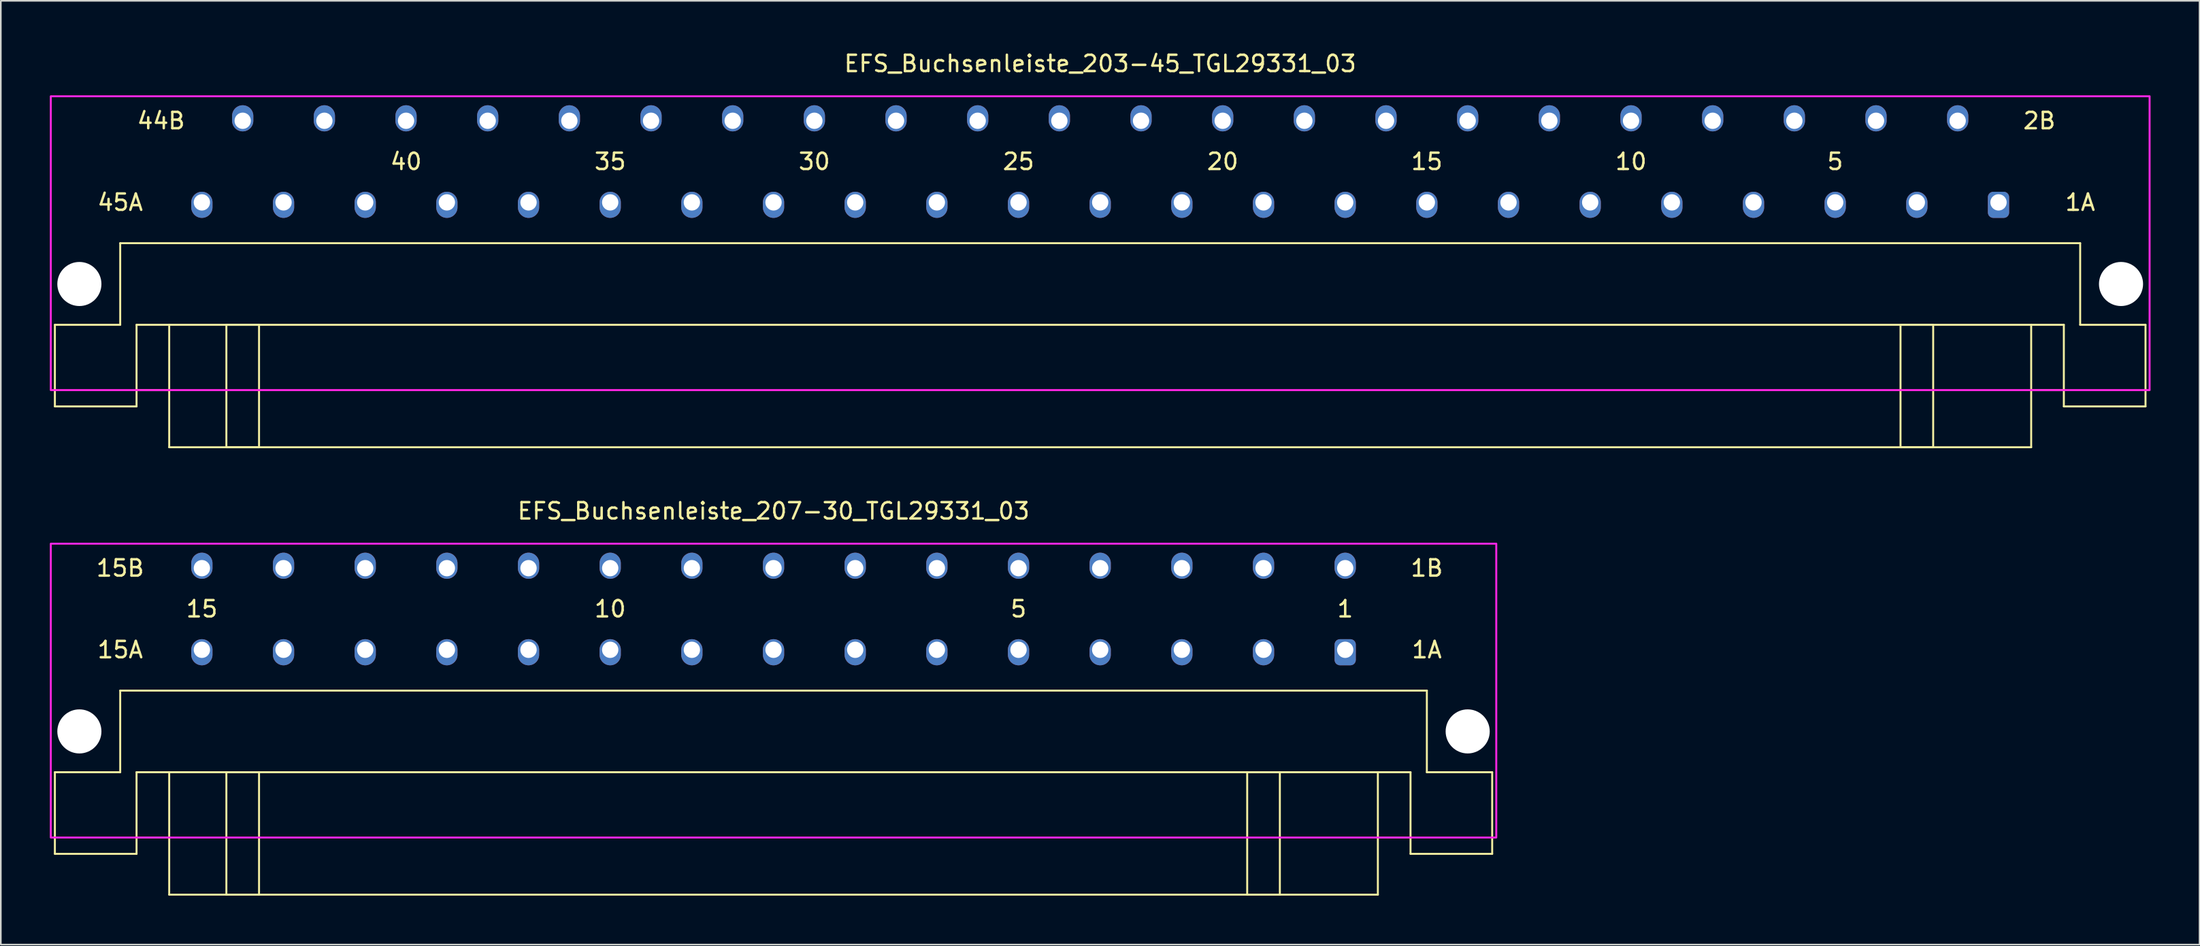
<source format=kicad_pcb>
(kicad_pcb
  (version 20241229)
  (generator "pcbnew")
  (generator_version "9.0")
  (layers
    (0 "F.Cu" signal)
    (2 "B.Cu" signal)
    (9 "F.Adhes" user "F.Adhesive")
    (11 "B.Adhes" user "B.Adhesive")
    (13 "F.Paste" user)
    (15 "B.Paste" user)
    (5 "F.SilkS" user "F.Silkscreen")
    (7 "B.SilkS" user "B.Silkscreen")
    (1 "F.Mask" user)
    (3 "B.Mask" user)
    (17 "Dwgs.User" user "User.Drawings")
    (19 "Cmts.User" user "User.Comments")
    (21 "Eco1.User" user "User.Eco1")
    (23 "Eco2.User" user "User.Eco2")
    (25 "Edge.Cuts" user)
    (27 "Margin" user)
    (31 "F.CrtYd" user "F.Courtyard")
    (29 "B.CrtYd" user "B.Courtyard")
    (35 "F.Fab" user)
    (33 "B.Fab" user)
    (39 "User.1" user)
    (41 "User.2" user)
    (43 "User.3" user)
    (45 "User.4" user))
  (footprint "EFS_Buchsenleiste_203-45_TGL29331_03"
    (layer "F.Cu")
    (at 64.31 20.848)
    (property "Reference" "EFS_Buchsenleiste_203-45_TGL29331_03" (at 0 -20 0) (layer "F.SilkS") (effects (font (size 1 1) (thickness 0.15))))
    (attr through_hole)
    (fp_line (start -64 -4) (end -64 1) (stroke (width 0.12) (type solid)) (layer "F.SilkS"))
    (fp_line (start -64 -4) (end -60 -4) (stroke (width 0.12) (type solid)) (layer "F.SilkS"))
    (fp_line (start -64 1) (end -59 1) (stroke (width 0.12) (type solid)) (layer "F.SilkS"))
    (fp_line (start -60 -9) (end -60 -4) (stroke (width 0.12) (type solid)) (layer "F.SilkS"))
    (fp_line (start -59 -4) (end -59 1) (stroke (width 0.12) (type solid)) (layer "F.SilkS"))
    (fp_line (start -59 -4) (end 59 -4) (stroke (width 0.12) (type solid)) (layer "F.SilkS"))
    (fp_line (start -57 0) (end -59 0) (stroke (width 0.12) (type solid)) (layer "F.SilkS"))
    (fp_line (start -57 3.5) (end -57 -4) (stroke (width 0.12) (type solid)) (layer "F.SilkS"))
    (fp_line (start -57 3.5) (end 57 3.5) (stroke (width 0.12) (type solid)) (layer "F.SilkS"))
    (fp_line (start 57 3.5) (end 57 -4) (stroke (width 0.12) (type solid)) (layer "F.SilkS"))
    (fp_line (start 59 -4) (end 59 1) (stroke (width 0.12) (type solid)) (layer "F.SilkS"))
    (fp_line (start 59 0) (end 57 0) (stroke (width 0.12) (type solid)) (layer "F.SilkS"))
    (fp_line (start 59 1) (end 64 1) (stroke (width 0.12) (type solid)) (layer "F.SilkS"))
    (fp_line (start 60 -9) (end -60 -9) (stroke (width 0.12) (type solid)) (layer "F.SilkS"))
    (fp_line (start 60 -9) (end 60 -4) (stroke (width 0.12) (type solid)) (layer "F.SilkS"))
    (fp_line (start 60 -4) (end 64 -4) (stroke (width 0.12) (type solid)) (layer "F.SilkS"))
    (fp_line (start 64 -4) (end 64 1) (stroke (width 0.12) (type solid)) (layer "F.SilkS"))
    (fp_rect (start -53.5 -4) (end -51.5 3.5) (stroke (width 0.12) (type solid)) (fill no) (layer "F.SilkS"))
    (fp_rect (start 49 -4) (end 51 3.5) (stroke (width 0.12) (type solid)) (fill no) (layer "F.SilkS"))
    (fp_rect (start -64.25 -18) (end 64.25 0) (stroke (width 0.12) (type solid)) (fill no) (layer "F.CrtYd"))
    (fp_text user "2B" (at 57.5 -16.5 180) (layer "F.SilkS") (effects (font (size 1 1) (thickness 0.15))))
    (fp_text user "5" (at 45 -14 180) (layer "F.SilkS") (effects (font (size 1 1) (thickness 0.15))))
    (fp_text user "25" (at -5 -14 180) (layer "F.SilkS") (effects (font (size 1 1) (thickness 0.15))))
    (fp_text user "40" (at -42.5 -14 180) (layer "F.SilkS") (effects (font (size 1 1) (thickness 0.15))))
    (fp_text user "45A" (at -60 -11.5 180) (layer "F.SilkS") (effects (font (size 1 1) (thickness 0.15))))
    (fp_text user "44B" (at -57.5 -16.5 180) (layer "F.SilkS") (effects (font (size 1 1) (thickness 0.15))))
    (fp_text user "15" (at 20 -14 180) (layer "F.SilkS") (effects (font (size 1 1) (thickness 0.15))))
    (fp_text user "10" (at 32.5 -14 180) (layer "F.SilkS") (effects (font (size 1 1) (thickness 0.15))))
    (fp_text user "30" (at -17.5 -14 180) (layer "F.SilkS") (effects (font (size 1 1) (thickness 0.15))))
    (fp_text user "20" (at 7.5 -14 180) (layer "F.SilkS") (effects (font (size 1 1) (thickness 0.15))))
    (fp_text user "1A" (at 60 -11.5 180) (layer "F.SilkS") (effects (font (size 1 1) (thickness 0.15))))
    (fp_text user "35" (at -30 -14 180) (layer "F.SilkS") (effects (font (size 1 1) (thickness 0.15))))
    (pad "" np_thru_hole circle (at -62.5 -6.5 180) (size 2.7 2.7) (drill 2.7) (layers "*.Cu" "*.Mask"))
    (pad "" np_thru_hole circle (at 62.5 -6.5 180) (size 2.7 2.7) (drill 2.7) (layers "*.Cu" "*.Mask"))
    (pad "1a" thru_hole roundrect (at 55 -11.5 180) (size 1.3 1.6) (drill 1 (offset 0 -0.15)) (layers "*.Cu" "*.Mask") (roundrect_rratio 0.25))
    (pad "2b" thru_hole oval (at 52.5 -16.5 180) (size 1.3 1.6) (drill 1 (offset 0 0.15)) (layers "*.Cu" "*.Mask"))
    (pad "3a" thru_hole oval (at 50 -11.5 180) (size 1.3 1.6) (drill 1 (offset 0 -0.15)) (layers "*.Cu" "*.Mask"))
    (pad "4b" thru_hole oval (at 47.5 -16.5 180) (size 1.3 1.6) (drill 1 (offset 0 0.15)) (layers "*.Cu" "*.Mask"))
    (pad "5a" thru_hole oval (at 45 -11.5 180) (size 1.3 1.6) (drill 1 (offset 0 -0.15)) (layers "*.Cu" "*.Mask"))
    (pad "6b" thru_hole oval (at 42.5 -16.5 180) (size 1.3 1.6) (drill 1 (offset 0 0.15)) (layers "*.Cu" "*.Mask"))
    (pad "7a" thru_hole oval (at 40 -11.5 180) (size 1.3 1.6) (drill 1 (offset 0 -0.15)) (layers "*.Cu" "*.Mask"))
    (pad "8b" thru_hole oval (at 37.5 -16.5 180) (size 1.3 1.6) (drill 1 (offset 0 0.15)) (layers "*.Cu" "*.Mask"))
    (pad "9a" thru_hole oval (at 35 -11.5 180) (size 1.3 1.6) (drill 1 (offset 0 -0.15)) (layers "*.Cu" "*.Mask"))
    (pad "10b" thru_hole oval (at 32.5 -16.5 180) (size 1.3 1.6) (drill 1 (offset 0 0.15)) (layers "*.Cu" "*.Mask"))
    (pad "11a" thru_hole oval (at 30 -11.5 180) (size 1.3 1.6) (drill 1 (offset 0 -0.15)) (layers "*.Cu" "*.Mask"))
    (pad "12b" thru_hole oval (at 27.5 -16.5 180) (size 1.3 1.6) (drill 1 (offset 0 0.15)) (layers "*.Cu" "*.Mask"))
    (pad "13a" thru_hole oval (at 25 -11.5 180) (size 1.3 1.6) (drill 1 (offset 0 -0.15)) (layers "*.Cu" "*.Mask"))
    (pad "14b" thru_hole oval (at 22.5 -16.5 180) (size 1.3 1.6) (drill 1 (offset 0 0.15)) (layers "*.Cu" "*.Mask"))
    (pad "15a" thru_hole oval (at 20 -11.5 180) (size 1.3 1.6) (drill 1 (offset 0 -0.15)) (layers "*.Cu" "*.Mask"))
    (pad "16b" thru_hole oval (at 17.5 -16.5 180) (size 1.3 1.6) (drill 1 (offset 0 0.15)) (layers "*.Cu" "*.Mask"))
    (pad "17a" thru_hole oval (at 15 -11.5 180) (size 1.3 1.6) (drill 1 (offset 0 -0.15)) (layers "*.Cu" "*.Mask"))
    (pad "18b" thru_hole oval (at 12.5 -16.5 180) (size 1.3 1.6) (drill 1 (offset 0 0.15)) (layers "*.Cu" "*.Mask"))
    (pad "19a" thru_hole oval (at 10 -11.5 180) (size 1.3 1.6) (drill 1 (offset 0 -0.15)) (layers "*.Cu" "*.Mask"))
    (pad "20b" thru_hole oval (at 7.5 -16.5 180) (size 1.3 1.6) (drill 1 (offset 0 0.15)) (layers "*.Cu" "*.Mask"))
    (pad "21a" thru_hole oval (at 5 -11.5 180) (size 1.3 1.6) (drill 1 (offset 0 -0.15)) (layers "*.Cu" "*.Mask"))
    (pad "22b" thru_hole oval (at 2.5 -16.5 180) (size 1.3 1.6) (drill 1 (offset 0 0.15)) (layers "*.Cu" "*.Mask"))
    (pad "23a" thru_hole oval (at 0 -11.5 180) (size 1.3 1.6) (drill 1 (offset 0 -0.15)) (layers "*.Cu" "*.Mask"))
    (pad "24b" thru_hole oval (at -2.5 -16.5 180) (size 1.3 1.6) (drill 1 (offset 0 0.15)) (layers "*.Cu" "*.Mask"))
    (pad "25a" thru_hole oval (at -5 -11.5 180) (size 1.3 1.6) (drill 1 (offset 0 -0.15)) (layers "*.Cu" "*.Mask"))
    (pad "26b" thru_hole oval (at -7.5 -16.5 180) (size 1.3 1.6) (drill 1 (offset 0 0.15)) (layers "*.Cu" "*.Mask"))
    (pad "27a" thru_hole oval (at -10 -11.5 180) (size 1.3 1.6) (drill 1 (offset 0 -0.15)) (layers "*.Cu" "*.Mask"))
    (pad "28b" thru_hole oval (at -12.5 -16.5 180) (size 1.3 1.6) (drill 1 (offset 0 0.15)) (layers "*.Cu" "*.Mask"))
    (pad "29a" thru_hole oval (at -15 -11.5 180) (size 1.3 1.6) (drill 1 (offset 0 -0.15)) (layers "*.Cu" "*.Mask"))
    (pad "30b" thru_hole oval (at -17.5 -16.5 180) (size 1.3 1.6) (drill 1 (offset 0 0.15)) (layers "*.Cu" "*.Mask"))
    (pad "31a" thru_hole oval (at -20 -11.5 180) (size 1.3 1.6) (drill 1 (offset 0 -0.15)) (layers "*.Cu" "*.Mask"))
    (pad "32b" thru_hole oval (at -22.5 -16.5 180) (size 1.3 1.6) (drill 1 (offset 0 0.15)) (layers "*.Cu" "*.Mask"))
    (pad "33a" thru_hole oval (at -25 -11.5 180) (size 1.3 1.6) (drill 1 (offset 0 -0.15)) (layers "*.Cu" "*.Mask"))
    (pad "34b" thru_hole oval (at -27.5 -16.5 180) (size 1.3 1.6) (drill 1 (offset 0 0.15)) (layers "*.Cu" "*.Mask"))
    (pad "35a" thru_hole oval (at -30 -11.5 180) (size 1.3 1.6) (drill 1 (offset 0 -0.15)) (layers "*.Cu" "*.Mask"))
    (pad "36b" thru_hole oval (at -32.5 -16.5 180) (size 1.3 1.6) (drill 1 (offset 0 0.15)) (layers "*.Cu" "*.Mask"))
    (pad "37a" thru_hole oval (at -35 -11.5 180) (size 1.3 1.6) (drill 1 (offset 0 -0.15)) (layers "*.Cu" "*.Mask"))
    (pad "38b" thru_hole oval (at -37.5 -16.5 180) (size 1.3 1.6) (drill 1 (offset 0 0.15)) (layers "*.Cu" "*.Mask"))
    (pad "39a" thru_hole oval (at -40 -11.5 180) (size 1.3 1.6) (drill 1 (offset 0 -0.15)) (layers "*.Cu" "*.Mask"))
    (pad "40b" thru_hole oval (at -42.5 -16.5 180) (size 1.3 1.6) (drill 1 (offset 0 0.15)) (layers "*.Cu" "*.Mask"))
    (pad "41a" thru_hole oval (at -45 -11.5 180) (size 1.3 1.6) (drill 1 (offset 0 -0.15)) (layers "*.Cu" "*.Mask"))
    (pad "42b" thru_hole oval (at -47.5 -16.5 180) (size 1.3 1.6) (drill 1 (offset 0 0.15)) (layers "*.Cu" "*.Mask"))
    (pad "43a" thru_hole oval (at -50 -11.5 180) (size 1.3 1.6) (drill 1 (offset 0 -0.15)) (layers "*.Cu" "*.Mask"))
    (pad "44b" thru_hole oval (at -52.5 -16.5 180) (size 1.3 1.6) (drill 1 (offset 0 0.15)) (layers "*.Cu" "*.Mask"))
    (pad "45a" thru_hole oval (at -55 -11.5 180) (size 1.3 1.6) (drill 1 (offset 0 -0.15)) (layers "*.Cu" "*.Mask")))
  (footprint "EFS_Buchsenleiste_207-30_TGL29331_03"
    (layer "F.Cu")
    (at 44.31 48.257)
    (property "Reference" "EFS_Buchsenleiste_207-30_TGL29331_03" (at 0 -20 0) (layer "F.SilkS") (effects (font (size 1 1) (thickness 0.15))))
    (attr through_hole)
    (fp_line (start -44 -4) (end -44 1) (stroke (width 0.12) (type solid)) (layer "F.SilkS"))
    (fp_line (start -44 -4) (end -40 -4) (stroke (width 0.12) (type solid)) (layer "F.SilkS"))
    (fp_line (start -44 1) (end -39 1) (stroke (width 0.12) (type solid)) (layer "F.SilkS"))
    (fp_line (start -40 -9) (end -40 -4) (stroke (width 0.12) (type solid)) (layer "F.SilkS"))
    (fp_line (start -39 -4) (end -39 1) (stroke (width 0.12) (type solid)) (layer "F.SilkS"))
    (fp_line (start -39 -4) (end 39 -4) (stroke (width 0.12) (type solid)) (layer "F.SilkS"))
    (fp_line (start -37 0) (end -39 0) (stroke (width 0.12) (type solid)) (layer "F.SilkS"))
    (fp_line (start -37 3.5) (end -37 -4) (stroke (width 0.12) (type solid)) (layer "F.SilkS"))
    (fp_line (start -37 3.5) (end 37 3.5) (stroke (width 0.12) (type solid)) (layer "F.SilkS"))
    (fp_line (start 37 3.5) (end 37 -4) (stroke (width 0.12) (type solid)) (layer "F.SilkS"))
    (fp_line (start 39 -4) (end 39 1) (stroke (width 0.12) (type solid)) (layer "F.SilkS"))
    (fp_line (start 39 0) (end 37 0) (stroke (width 0.12) (type solid)) (layer "F.SilkS"))
    (fp_line (start 39 1) (end 44 1) (stroke (width 0.12) (type solid)) (layer "F.SilkS"))
    (fp_line (start 40 -9) (end -40 -9) (stroke (width 0.12) (type solid)) (layer "F.SilkS"))
    (fp_line (start 40 -9) (end 40 -4) (stroke (width 0.12) (type solid)) (layer "F.SilkS"))
    (fp_line (start 40 -4) (end 44 -4) (stroke (width 0.12) (type solid)) (layer "F.SilkS"))
    (fp_line (start 44 -4) (end 44 1) (stroke (width 0.12) (type solid)) (layer "F.SilkS"))
    (fp_rect (start -33.5 -4) (end -31.5 3.5) (stroke (width 0.12) (type solid)) (fill no) (layer "F.SilkS"))
    (fp_rect (start 29 -4) (end 31 3.5) (stroke (width 0.12) (type solid)) (fill no) (layer "F.SilkS"))
    (fp_rect (start -44.25 -18) (end 44.25 0) (stroke (width 0.12) (type solid)) (fill no) (layer "F.CrtYd"))
    (fp_text user "15A" (at -40 -11.5 180) (layer "F.SilkS") (effects (font (size 1 1) (thickness 0.15))))
    (fp_text user "15" (at -35 -14 180) (layer "F.SilkS") (effects (font (size 1 1) (thickness 0.15))))
    (fp_text user "10" (at -10 -14 180) (layer "F.SilkS") (effects (font (size 1 1) (thickness 0.15))))
    (fp_text user "15B" (at -40 -16.5 180) (layer "F.SilkS") (effects (font (size 1 1) (thickness 0.15))))
    (fp_text user "1" (at 35 -14 180) (layer "F.SilkS") (effects (font (size 1 1) (thickness 0.15))))
    (fp_text user "5" (at 15 -14 180) (layer "F.SilkS") (effects (font (size 1 1) (thickness 0.15))))
    (fp_text user "1B" (at 40 -16.5 180) (layer "F.SilkS") (effects (font (size 1 1) (thickness 0.15))))
    (fp_text user "1A" (at 40 -11.5 180) (layer "F.SilkS") (effects (font (size 1 1) (thickness 0.15))))
    (pad "" np_thru_hole circle (at -42.5 -6.5 180) (size 2.7 2.7) (drill 2.7) (layers "*.Cu" "*.Mask"))
    (pad "" np_thru_hole circle (at 42.5 -6.5 180) (size 2.7 2.7) (drill 2.7) (layers "*.Cu" "*.Mask"))
    (pad "1a" thru_hole roundrect (at 35 -11.5 180) (size 1.3 1.6) (drill 1 (offset 0 -0.15)) (layers "*.Cu" "*.Mask") (roundrect_rratio 0.25))
    (pad "1b" thru_hole oval (at 35 -16.5 180) (size 1.3 1.6) (drill 1 (offset 0 0.15)) (layers "*.Cu" "*.Mask"))
    (pad "2a" thru_hole oval (at 30 -11.5 180) (size 1.3 1.6) (drill 1 (offset 0 -0.15)) (layers "*.Cu" "*.Mask"))
    (pad "2b" thru_hole oval (at 30 -16.5 180) (size 1.3 1.6) (drill 1 (offset 0 0.15)) (layers "*.Cu" "*.Mask"))
    (pad "3a" thru_hole oval (at 25 -11.5 180) (size 1.3 1.6) (drill 1 (offset 0 -0.15)) (layers "*.Cu" "*.Mask"))
    (pad "3b" thru_hole oval (at 25 -16.5 180) (size 1.3 1.6) (drill 1 (offset 0 0.15)) (layers "*.Cu" "*.Mask"))
    (pad "4a" thru_hole oval (at 20 -11.5 180) (size 1.3 1.6) (drill 1 (offset 0 -0.15)) (layers "*.Cu" "*.Mask"))
    (pad "4b" thru_hole oval (at 20 -16.5 180) (size 1.3 1.6) (drill 1 (offset 0 0.15)) (layers "*.Cu" "*.Mask"))
    (pad "5a" thru_hole oval (at 15 -11.5 180) (size 1.3 1.6) (drill 1 (offset 0 -0.15)) (layers "*.Cu" "*.Mask"))
    (pad "5b" thru_hole oval (at 15 -16.5 180) (size 1.3 1.6) (drill 1 (offset 0 0.15)) (layers "*.Cu" "*.Mask"))
    (pad "6a" thru_hole oval (at 10 -11.5 180) (size 1.3 1.6) (drill 1 (offset 0 -0.15)) (layers "*.Cu" "*.Mask"))
    (pad "6b" thru_hole oval (at 10 -16.5 180) (size 1.3 1.6) (drill 1 (offset 0 0.15)) (layers "*.Cu" "*.Mask"))
    (pad "7a" thru_hole oval (at 5 -11.5 180) (size 1.3 1.6) (drill 1 (offset 0 -0.15)) (layers "*.Cu" "*.Mask"))
    (pad "7b" thru_hole oval (at 5 -16.5 180) (size 1.3 1.6) (drill 1 (offset 0 0.15)) (layers "*.Cu" "*.Mask"))
    (pad "8a" thru_hole oval (at 0 -11.5 180) (size 1.3 1.6) (drill 1 (offset 0 -0.15)) (layers "*.Cu" "*.Mask"))
    (pad "8b" thru_hole oval (at 0 -16.5 180) (size 1.3 1.6) (drill 1 (offset 0 0.15)) (layers "*.Cu" "*.Mask"))
    (pad "9a" thru_hole oval (at -5 -11.5 180) (size 1.3 1.6) (drill 1 (offset 0 -0.15)) (layers "*.Cu" "*.Mask"))
    (pad "9b" thru_hole oval (at -5 -16.5 180) (size 1.3 1.6) (drill 1 (offset 0 0.15)) (layers "*.Cu" "*.Mask"))
    (pad "10a" thru_hole oval (at -10 -11.5 180) (size 1.3 1.6) (drill 1 (offset 0 -0.15)) (layers "*.Cu" "*.Mask"))
    (pad "10b" thru_hole oval (at -10 -16.5 180) (size 1.3 1.6) (drill 1 (offset 0 0.15)) (layers "*.Cu" "*.Mask"))
    (pad "11a" thru_hole oval (at -15 -11.5 180) (size 1.3 1.6) (drill 1 (offset 0 -0.15)) (layers "*.Cu" "*.Mask"))
    (pad "11b" thru_hole oval (at -15 -16.5 180) (size 1.3 1.6) (drill 1 (offset 0 0.15)) (layers "*.Cu" "*.Mask"))
    (pad "12a" thru_hole oval (at -20 -11.5 180) (size 1.3 1.6) (drill 1 (offset 0 -0.15)) (layers "*.Cu" "*.Mask"))
    (pad "12b" thru_hole oval (at -20 -16.5 180) (size 1.3 1.6) (drill 1 (offset 0 0.15)) (layers "*.Cu" "*.Mask"))
    (pad "13a" thru_hole oval (at -25 -11.5 180) (size 1.3 1.6) (drill 1 (offset 0 -0.15)) (layers "*.Cu" "*.Mask"))
    (pad "13b" thru_hole oval (at -25 -16.5 180) (size 1.3 1.6) (drill 1 (offset 0 0.15)) (layers "*.Cu" "*.Mask"))
    (pad "14a" thru_hole oval (at -30 -11.5 180) (size 1.3 1.6) (drill 1 (offset 0 -0.15)) (layers "*.Cu" "*.Mask"))
    (pad "14b" thru_hole oval (at -30 -16.5 180) (size 1.3 1.6) (drill 1 (offset 0 0.15)) (layers "*.Cu" "*.Mask"))
    (pad "15a" thru_hole oval (at -35 -11.5 180) (size 1.3 1.6) (drill 1 (offset 0 -0.15)) (layers "*.Cu" "*.Mask"))
    (pad "15b" thru_hole oval (at -35 -16.5 180) (size 1.3 1.6) (drill 1 (offset 0 0.15)) (layers "*.Cu" "*.Mask")))
  (gr_rect
    (start -3 -3)
    (end 131.62 54.816)
    (stroke (width 0.1) (type default))
    (fill no)
    (layer "Edge.Cuts")))
</source>
